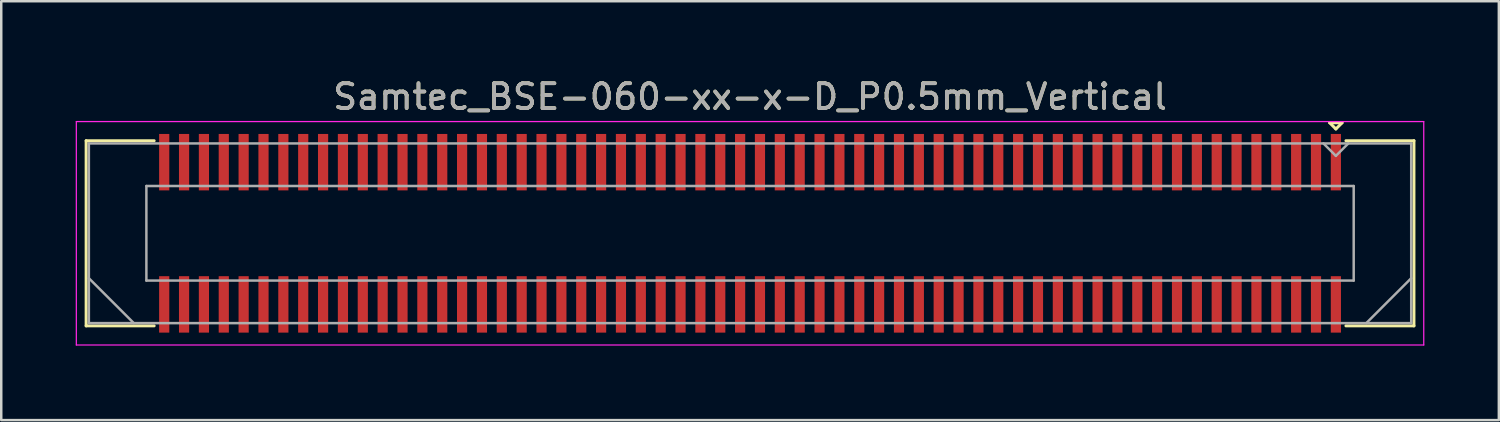
<source format=kicad_pcb>
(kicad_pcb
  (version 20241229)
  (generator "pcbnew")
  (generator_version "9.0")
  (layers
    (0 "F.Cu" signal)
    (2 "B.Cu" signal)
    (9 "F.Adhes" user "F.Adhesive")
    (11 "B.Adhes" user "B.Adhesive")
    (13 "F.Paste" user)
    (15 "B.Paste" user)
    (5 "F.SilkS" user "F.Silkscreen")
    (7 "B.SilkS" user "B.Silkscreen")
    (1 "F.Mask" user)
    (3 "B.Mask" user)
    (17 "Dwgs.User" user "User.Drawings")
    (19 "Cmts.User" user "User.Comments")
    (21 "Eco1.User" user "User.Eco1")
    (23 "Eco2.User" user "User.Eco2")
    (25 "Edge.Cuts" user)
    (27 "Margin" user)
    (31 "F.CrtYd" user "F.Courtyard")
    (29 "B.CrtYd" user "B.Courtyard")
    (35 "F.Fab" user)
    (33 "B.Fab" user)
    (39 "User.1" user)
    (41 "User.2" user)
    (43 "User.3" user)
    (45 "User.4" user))
  (footprint "Samtec_BSE-060-xx-x-D_P0.5mm_Vertical"
    (layer "F.Cu")
    (at 27.165 6.348)
    (property "Reference" "Samtec_BSE-060-xx-x-D_P0.5mm_Vertical" (at 0 -5.5 0) (layer "F.SilkS") (effects (font (size 1 1) (thickness 0.15))))
    (attr smd)
    (fp_line (start -26.745 -3.729) (end -24.005 -3.729) (stroke (width 0.12) (type solid)) (layer "F.SilkS"))
    (fp_line (start -26.745 3.729) (end -26.745 -3.729) (stroke (width 0.12) (type solid)) (layer "F.SilkS"))
    (fp_line (start -24.005 3.729) (end -26.745 3.729) (stroke (width 0.12) (type solid)) (layer "F.SilkS"))
    (fp_line (start 23.35 -4.452) (end 23.85 -4.452) (stroke (width 0.12) (type solid)) (layer "F.SilkS"))
    (fp_line (start 23.6 -4.202) (end 23.35 -4.452) (stroke (width 0.12) (type solid)) (layer "F.SilkS"))
    (fp_line (start 23.85 -4.452) (end 23.6 -4.202) (stroke (width 0.12) (type solid)) (layer "F.SilkS"))
    (fp_line (start 24.005 3.729) (end 26.745 3.729) (stroke (width 0.12) (type solid)) (layer "F.SilkS"))
    (fp_line (start 26.745 -3.729) (end 24.005 -3.729) (stroke (width 0.12) (type solid)) (layer "F.SilkS"))
    (fp_line (start 26.745 3.729) (end 26.745 -3.729) (stroke (width 0.12) (type solid)) (layer "F.SilkS"))
    (fp_line (start -27.14 -4.5) (end -27.14 4.5) (stroke (width 0.05) (type solid)) (layer "F.CrtYd"))
    (fp_line (start -27.14 4.5) (end 27.14 4.5) (stroke (width 0.05) (type solid)) (layer "F.CrtYd"))
    (fp_line (start 27.14 -4.5) (end -27.14 -4.5) (stroke (width 0.05) (type solid)) (layer "F.CrtYd"))
    (fp_line (start 27.14 4.5) (end 27.14 -4.5) (stroke (width 0.05) (type solid)) (layer "F.CrtYd"))
    (fp_line (start -26.635 -3.619) (end -26.635 3.619) (stroke (width 0.1) (type solid)) (layer "F.Fab"))
    (fp_line (start -26.635 1.81) (end -24.825 3.619) (stroke (width 0.1) (type solid)) (layer "F.Fab"))
    (fp_line (start -26.635 3.619) (end 26.635 3.619) (stroke (width 0.1) (type solid)) (layer "F.Fab"))
    (fp_line (start -24.318 -1.905) (end -24.318 1.905) (stroke (width 0.1) (type solid)) (layer "F.Fab"))
    (fp_line (start -24.318 1.905) (end 24.318 1.905) (stroke (width 0.1) (type solid)) (layer "F.Fab"))
    (fp_line (start 23.6 -3.119) (end 23.1 -3.619) (stroke (width 0.1) (type solid)) (layer "F.Fab"))
    (fp_line (start 24.1 -3.619) (end 23.6 -3.119) (stroke (width 0.1) (type solid)) (layer "F.Fab"))
    (fp_line (start 24.318 -1.905) (end -24.318 -1.905) (stroke (width 0.1) (type solid)) (layer "F.Fab"))
    (fp_line (start 24.318 1.905) (end 24.318 -1.905) (stroke (width 0.1) (type solid)) (layer "F.Fab"))
    (fp_line (start 26.635 -3.619) (end -26.635 -3.619) (stroke (width 0.1) (type solid)) (layer "F.Fab"))
    (fp_line (start 26.635 1.81) (end 24.825 3.619) (stroke (width 0.1) (type solid)) (layer "F.Fab"))
    (fp_line (start 26.635 3.619) (end 26.635 -3.619) (stroke (width 0.1) (type solid)) (layer "F.Fab"))
    (fp_text user "${REFERENCE}" (at 0 -5.5 0) (layer "F.Fab") (effects (font (size 1 1) (thickness 0.15))))
    (pad "1" smd rect (at 23.6 -2.865) (size 0.41 2.273) (layers "F.Cu" "F.Mask" "F.Paste"))
    (pad "2" smd rect (at 23.6 2.865) (size 0.41 2.273) (layers "F.Cu" "F.Mask" "F.Paste"))
    (pad "3" smd rect (at 22.8 -2.865) (size 0.41 2.273) (layers "F.Cu" "F.Mask" "F.Paste"))
    (pad "4" smd rect (at 22.8 2.865) (size 0.41 2.273) (layers "F.Cu" "F.Mask" "F.Paste"))
    (pad "5" smd rect (at 22 -2.865) (size 0.41 2.273) (layers "F.Cu" "F.Mask" "F.Paste"))
    (pad "6" smd rect (at 22 2.865) (size 0.41 2.273) (layers "F.Cu" "F.Mask" "F.Paste"))
    (pad "7" smd rect (at 21.2 -2.865) (size 0.41 2.273) (layers "F.Cu" "F.Mask" "F.Paste"))
    (pad "8" smd rect (at 21.2 2.865) (size 0.41 2.273) (layers "F.Cu" "F.Mask" "F.Paste"))
    (pad "9" smd rect (at 20.4 -2.865) (size 0.41 2.273) (layers "F.Cu" "F.Mask" "F.Paste"))
    (pad "10" smd rect (at 20.4 2.865) (size 0.41 2.273) (layers "F.Cu" "F.Mask" "F.Paste"))
    (pad "11" smd rect (at 19.6 -2.865) (size 0.41 2.273) (layers "F.Cu" "F.Mask" "F.Paste"))
    (pad "12" smd rect (at 19.6 2.865) (size 0.41 2.273) (layers "F.Cu" "F.Mask" "F.Paste"))
    (pad "13" smd rect (at 18.8 -2.865) (size 0.41 2.273) (layers "F.Cu" "F.Mask" "F.Paste"))
    (pad "14" smd rect (at 18.8 2.865) (size 0.41 2.273) (layers "F.Cu" "F.Mask" "F.Paste"))
    (pad "15" smd rect (at 18 -2.865) (size 0.41 2.273) (layers "F.Cu" "F.Mask" "F.Paste"))
    (pad "16" smd rect (at 18 2.865) (size 0.41 2.273) (layers "F.Cu" "F.Mask" "F.Paste"))
    (pad "17" smd rect (at 17.2 -2.865) (size 0.41 2.273) (layers "F.Cu" "F.Mask" "F.Paste"))
    (pad "18" smd rect (at 17.2 2.865) (size 0.41 2.273) (layers "F.Cu" "F.Mask" "F.Paste"))
    (pad "19" smd rect (at 16.4 -2.865) (size 0.41 2.273) (layers "F.Cu" "F.Mask" "F.Paste"))
    (pad "20" smd rect (at 16.4 2.865) (size 0.41 2.273) (layers "F.Cu" "F.Mask" "F.Paste"))
    (pad "21" smd rect (at 15.6 -2.865) (size 0.41 2.273) (layers "F.Cu" "F.Mask" "F.Paste"))
    (pad "22" smd rect (at 15.6 2.865) (size 0.41 2.273) (layers "F.Cu" "F.Mask" "F.Paste"))
    (pad "23" smd rect (at 14.8 -2.865) (size 0.41 2.273) (layers "F.Cu" "F.Mask" "F.Paste"))
    (pad "24" smd rect (at 14.8 2.865) (size 0.41 2.273) (layers "F.Cu" "F.Mask" "F.Paste"))
    (pad "25" smd rect (at 14 -2.865) (size 0.41 2.273) (layers "F.Cu" "F.Mask" "F.Paste"))
    (pad "26" smd rect (at 14 2.865) (size 0.41 2.273) (layers "F.Cu" "F.Mask" "F.Paste"))
    (pad "27" smd rect (at 13.2 -2.865) (size 0.41 2.273) (layers "F.Cu" "F.Mask" "F.Paste"))
    (pad "28" smd rect (at 13.2 2.865) (size 0.41 2.273) (layers "F.Cu" "F.Mask" "F.Paste"))
    (pad "29" smd rect (at 12.4 -2.865) (size 0.41 2.273) (layers "F.Cu" "F.Mask" "F.Paste"))
    (pad "30" smd rect (at 12.4 2.865) (size 0.41 2.273) (layers "F.Cu" "F.Mask" "F.Paste"))
    (pad "31" smd rect (at 11.6 -2.865) (size 0.41 2.273) (layers "F.Cu" "F.Mask" "F.Paste"))
    (pad "32" smd rect (at 11.6 2.865) (size 0.41 2.273) (layers "F.Cu" "F.Mask" "F.Paste"))
    (pad "33" smd rect (at 10.8 -2.865) (size 0.41 2.273) (layers "F.Cu" "F.Mask" "F.Paste"))
    (pad "34" smd rect (at 10.8 2.865) (size 0.41 2.273) (layers "F.Cu" "F.Mask" "F.Paste"))
    (pad "35" smd rect (at 10 -2.865) (size 0.41 2.273) (layers "F.Cu" "F.Mask" "F.Paste"))
    (pad "36" smd rect (at 10 2.865) (size 0.41 2.273) (layers "F.Cu" "F.Mask" "F.Paste"))
    (pad "37" smd rect (at 9.2 -2.865) (size 0.41 2.273) (layers "F.Cu" "F.Mask" "F.Paste"))
    (pad "38" smd rect (at 9.2 2.865) (size 0.41 2.273) (layers "F.Cu" "F.Mask" "F.Paste"))
    (pad "39" smd rect (at 8.4 -2.865) (size 0.41 2.273) (layers "F.Cu" "F.Mask" "F.Paste"))
    (pad "40" smd rect (at 8.4 2.865) (size 0.41 2.273) (layers "F.Cu" "F.Mask" "F.Paste"))
    (pad "41" smd rect (at 7.6 -2.865) (size 0.41 2.273) (layers "F.Cu" "F.Mask" "F.Paste"))
    (pad "42" smd rect (at 7.6 2.865) (size 0.41 2.273) (layers "F.Cu" "F.Mask" "F.Paste"))
    (pad "43" smd rect (at 6.8 -2.865) (size 0.41 2.273) (layers "F.Cu" "F.Mask" "F.Paste"))
    (pad "44" smd rect (at 6.8 2.865) (size 0.41 2.273) (layers "F.Cu" "F.Mask" "F.Paste"))
    (pad "45" smd rect (at 6 -2.865) (size 0.41 2.273) (layers "F.Cu" "F.Mask" "F.Paste"))
    (pad "46" smd rect (at 6 2.865) (size 0.41 2.273) (layers "F.Cu" "F.Mask" "F.Paste"))
    (pad "47" smd rect (at 5.2 -2.865) (size 0.41 2.273) (layers "F.Cu" "F.Mask" "F.Paste"))
    (pad "48" smd rect (at 5.2 2.865) (size 0.41 2.273) (layers "F.Cu" "F.Mask" "F.Paste"))
    (pad "49" smd rect (at 4.4 -2.865) (size 0.41 2.273) (layers "F.Cu" "F.Mask" "F.Paste"))
    (pad "50" smd rect (at 4.4 2.865) (size 0.41 2.273) (layers "F.Cu" "F.Mask" "F.Paste"))
    (pad "51" smd rect (at 3.6 -2.865) (size 0.41 2.273) (layers "F.Cu" "F.Mask" "F.Paste"))
    (pad "52" smd rect (at 3.6 2.865) (size 0.41 2.273) (layers "F.Cu" "F.Mask" "F.Paste"))
    (pad "53" smd rect (at 2.8 -2.865) (size 0.41 2.273) (layers "F.Cu" "F.Mask" "F.Paste"))
    (pad "54" smd rect (at 2.8 2.865) (size 0.41 2.273) (layers "F.Cu" "F.Mask" "F.Paste"))
    (pad "55" smd rect (at 2 -2.865) (size 0.41 2.273) (layers "F.Cu" "F.Mask" "F.Paste"))
    (pad "56" smd rect (at 2 2.865) (size 0.41 2.273) (layers "F.Cu" "F.Mask" "F.Paste"))
    (pad "57" smd rect (at 1.2 -2.865) (size 0.41 2.273) (layers "F.Cu" "F.Mask" "F.Paste"))
    (pad "58" smd rect (at 1.2 2.865) (size 0.41 2.273) (layers "F.Cu" "F.Mask" "F.Paste"))
    (pad "59" smd rect (at 0.4 -2.865) (size 0.41 2.273) (layers "F.Cu" "F.Mask" "F.Paste"))
    (pad "60" smd rect (at 0.4 2.865) (size 0.41 2.273) (layers "F.Cu" "F.Mask" "F.Paste"))
    (pad "61" smd rect (at -0.4 -2.865) (size 0.41 2.273) (layers "F.Cu" "F.Mask" "F.Paste"))
    (pad "62" smd rect (at -0.4 2.865) (size 0.41 2.273) (layers "F.Cu" "F.Mask" "F.Paste"))
    (pad "63" smd rect (at -1.2 -2.865) (size 0.41 2.273) (layers "F.Cu" "F.Mask" "F.Paste"))
    (pad "64" smd rect (at -1.2 2.865) (size 0.41 2.273) (layers "F.Cu" "F.Mask" "F.Paste"))
    (pad "65" smd rect (at -2 -2.865) (size 0.41 2.273) (layers "F.Cu" "F.Mask" "F.Paste"))
    (pad "66" smd rect (at -2 2.865) (size 0.41 2.273) (layers "F.Cu" "F.Mask" "F.Paste"))
    (pad "67" smd rect (at -2.8 -2.865) (size 0.41 2.273) (layers "F.Cu" "F.Mask" "F.Paste"))
    (pad "68" smd rect (at -2.8 2.865) (size 0.41 2.273) (layers "F.Cu" "F.Mask" "F.Paste"))
    (pad "69" smd rect (at -3.6 -2.865) (size 0.41 2.273) (layers "F.Cu" "F.Mask" "F.Paste"))
    (pad "70" smd rect (at -3.6 2.865) (size 0.41 2.273) (layers "F.Cu" "F.Mask" "F.Paste"))
    (pad "71" smd rect (at -4.4 -2.865) (size 0.41 2.273) (layers "F.Cu" "F.Mask" "F.Paste"))
    (pad "72" smd rect (at -4.4 2.865) (size 0.41 2.273) (layers "F.Cu" "F.Mask" "F.Paste"))
    (pad "73" smd rect (at -5.2 -2.865) (size 0.41 2.273) (layers "F.Cu" "F.Mask" "F.Paste"))
    (pad "74" smd rect (at -5.2 2.865) (size 0.41 2.273) (layers "F.Cu" "F.Mask" "F.Paste"))
    (pad "75" smd rect (at -6 -2.865) (size 0.41 2.273) (layers "F.Cu" "F.Mask" "F.Paste"))
    (pad "76" smd rect (at -6 2.865) (size 0.41 2.273) (layers "F.Cu" "F.Mask" "F.Paste"))
    (pad "77" smd rect (at -6.8 -2.865) (size 0.41 2.273) (layers "F.Cu" "F.Mask" "F.Paste"))
    (pad "78" smd rect (at -6.8 2.865) (size 0.41 2.273) (layers "F.Cu" "F.Mask" "F.Paste"))
    (pad "79" smd rect (at -7.6 -2.865) (size 0.41 2.273) (layers "F.Cu" "F.Mask" "F.Paste"))
    (pad "80" smd rect (at -7.6 2.865) (size 0.41 2.273) (layers "F.Cu" "F.Mask" "F.Paste"))
    (pad "81" smd rect (at -8.4 -2.865) (size 0.41 2.273) (layers "F.Cu" "F.Mask" "F.Paste"))
    (pad "82" smd rect (at -8.4 2.865) (size 0.41 2.273) (layers "F.Cu" "F.Mask" "F.Paste"))
    (pad "83" smd rect (at -9.2 -2.865) (size 0.41 2.273) (layers "F.Cu" "F.Mask" "F.Paste"))
    (pad "84" smd rect (at -9.2 2.865) (size 0.41 2.273) (layers "F.Cu" "F.Mask" "F.Paste"))
    (pad "85" smd rect (at -10 -2.865) (size 0.41 2.273) (layers "F.Cu" "F.Mask" "F.Paste"))
    (pad "86" smd rect (at -10 2.865) (size 0.41 2.273) (layers "F.Cu" "F.Mask" "F.Paste"))
    (pad "87" smd rect (at -10.8 -2.865) (size 0.41 2.273) (layers "F.Cu" "F.Mask" "F.Paste"))
    (pad "88" smd rect (at -10.8 2.865) (size 0.41 2.273) (layers "F.Cu" "F.Mask" "F.Paste"))
    (pad "89" smd rect (at -11.6 -2.865) (size 0.41 2.273) (layers "F.Cu" "F.Mask" "F.Paste"))
    (pad "90" smd rect (at -11.6 2.865) (size 0.41 2.273) (layers "F.Cu" "F.Mask" "F.Paste"))
    (pad "91" smd rect (at -12.4 -2.865) (size 0.41 2.273) (layers "F.Cu" "F.Mask" "F.Paste"))
    (pad "92" smd rect (at -12.4 2.865) (size 0.41 2.273) (layers "F.Cu" "F.Mask" "F.Paste"))
    (pad "93" smd rect (at -13.2 -2.865) (size 0.41 2.273) (layers "F.Cu" "F.Mask" "F.Paste"))
    (pad "94" smd rect (at -13.2 2.865) (size 0.41 2.273) (layers "F.Cu" "F.Mask" "F.Paste"))
    (pad "95" smd rect (at -14 -2.865) (size 0.41 2.273) (layers "F.Cu" "F.Mask" "F.Paste"))
    (pad "96" smd rect (at -14 2.865) (size 0.41 2.273) (layers "F.Cu" "F.Mask" "F.Paste"))
    (pad "97" smd rect (at -14.8 -2.865) (size 0.41 2.273) (layers "F.Cu" "F.Mask" "F.Paste"))
    (pad "98" smd rect (at -14.8 2.865) (size 0.41 2.273) (layers "F.Cu" "F.Mask" "F.Paste"))
    (pad "99" smd rect (at -15.6 -2.865) (size 0.41 2.273) (layers "F.Cu" "F.Mask" "F.Paste"))
    (pad "100" smd rect (at -15.6 2.865) (size 0.41 2.273) (layers "F.Cu" "F.Mask" "F.Paste"))
    (pad "101" smd rect (at -16.4 -2.865) (size 0.41 2.273) (layers "F.Cu" "F.Mask" "F.Paste"))
    (pad "102" smd rect (at -16.4 2.865) (size 0.41 2.273) (layers "F.Cu" "F.Mask" "F.Paste"))
    (pad "103" smd rect (at -17.2 -2.865) (size 0.41 2.273) (layers "F.Cu" "F.Mask" "F.Paste"))
    (pad "104" smd rect (at -17.2 2.865) (size 0.41 2.273) (layers "F.Cu" "F.Mask" "F.Paste"))
    (pad "105" smd rect (at -18 -2.865) (size 0.41 2.273) (layers "F.Cu" "F.Mask" "F.Paste"))
    (pad "106" smd rect (at -18 2.865) (size 0.41 2.273) (layers "F.Cu" "F.Mask" "F.Paste"))
    (pad "107" smd rect (at -18.8 -2.865) (size 0.41 2.273) (layers "F.Cu" "F.Mask" "F.Paste"))
    (pad "108" smd rect (at -18.8 2.865) (size 0.41 2.273) (layers "F.Cu" "F.Mask" "F.Paste"))
    (pad "109" smd rect (at -19.6 -2.865) (size 0.41 2.273) (layers "F.Cu" "F.Mask" "F.Paste"))
    (pad "110" smd rect (at -19.6 2.865) (size 0.41 2.273) (layers "F.Cu" "F.Mask" "F.Paste"))
    (pad "111" smd rect (at -20.4 -2.865) (size 0.41 2.273) (layers "F.Cu" "F.Mask" "F.Paste"))
    (pad "112" smd rect (at -20.4 2.865) (size 0.41 2.273) (layers "F.Cu" "F.Mask" "F.Paste"))
    (pad "113" smd rect (at -21.2 -2.865) (size 0.41 2.273) (layers "F.Cu" "F.Mask" "F.Paste"))
    (pad "114" smd rect (at -21.2 2.865) (size 0.41 2.273) (layers "F.Cu" "F.Mask" "F.Paste"))
    (pad "115" smd rect (at -22 -2.865) (size 0.41 2.273) (layers "F.Cu" "F.Mask" "F.Paste"))
    (pad "116" smd rect (at -22 2.865) (size 0.41 2.273) (layers "F.Cu" "F.Mask" "F.Paste"))
    (pad "117" smd rect (at -22.8 -2.865) (size 0.41 2.273) (layers "F.Cu" "F.Mask" "F.Paste"))
    (pad "118" smd rect (at -22.8 2.865) (size 0.41 2.273) (layers "F.Cu" "F.Mask" "F.Paste"))
    (pad "119" smd rect (at -23.6 -2.865) (size 0.41 2.273) (layers "F.Cu" "F.Mask" "F.Paste"))
    (pad "120" smd rect (at -23.6 2.865) (size 0.41 2.273) (layers "F.Cu" "F.Mask" "F.Paste")))
  (gr_rect
    (start -3 -3)
    (end 57.33 13.873)
    (stroke (width 0.1) (type default))
    (fill no)
    (layer "Edge.Cuts")))
</source>
